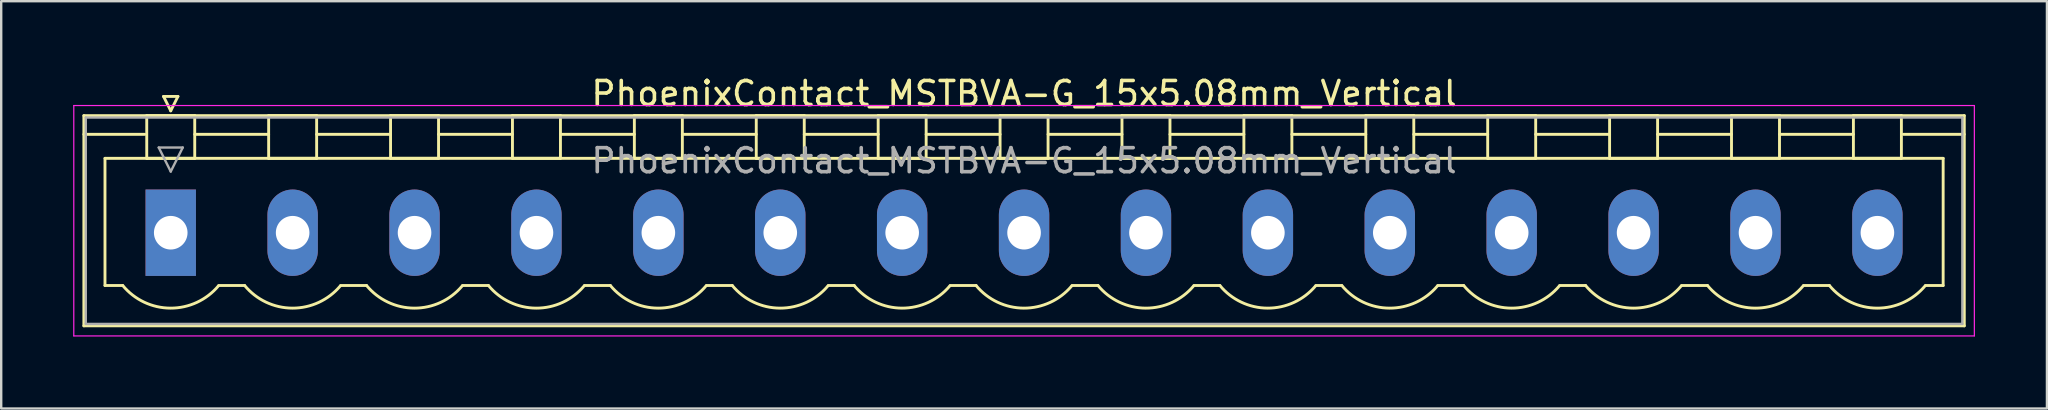
<source format=kicad_pcb>
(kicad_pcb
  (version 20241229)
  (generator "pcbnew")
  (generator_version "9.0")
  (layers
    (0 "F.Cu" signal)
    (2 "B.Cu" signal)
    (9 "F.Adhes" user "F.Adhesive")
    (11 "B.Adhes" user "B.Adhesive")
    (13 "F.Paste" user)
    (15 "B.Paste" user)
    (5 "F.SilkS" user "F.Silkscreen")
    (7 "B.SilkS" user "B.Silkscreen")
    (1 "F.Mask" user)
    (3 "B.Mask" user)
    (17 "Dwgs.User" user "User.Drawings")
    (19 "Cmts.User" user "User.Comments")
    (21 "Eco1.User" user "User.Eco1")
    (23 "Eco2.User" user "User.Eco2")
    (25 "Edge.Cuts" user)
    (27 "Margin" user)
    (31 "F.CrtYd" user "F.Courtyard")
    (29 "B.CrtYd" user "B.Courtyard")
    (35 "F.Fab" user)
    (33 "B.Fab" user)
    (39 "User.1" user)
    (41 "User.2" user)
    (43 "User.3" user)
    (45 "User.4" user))
  (footprint "PhoenixContact_MSTBVA-G_15x5.08mm_Vertical"
    (layer "F.Cu")
    (at 4.065 6.648)
    (property "Reference" "PhoenixContact_MSTBVA-G_15x5.08mm_Vertical" (at 35.56 -5.8 0) (layer "F.SilkS") (effects (font (size 1 1) (thickness 0.15))))
    (attr through_hole)
    (fp_line (start -3.62 -4.88) (end -3.62 3.88) (stroke (width 0.12) (type solid)) (layer "F.SilkS"))
    (fp_line (start -3.62 -4.1) (end -1.08 -4.1) (stroke (width 0.12) (type solid)) (layer "F.SilkS"))
    (fp_line (start -3.62 3.88) (end 74.74 3.88) (stroke (width 0.12) (type solid)) (layer "F.SilkS"))
    (fp_line (start -2.74 -3.1) (end 73.86 -3.1) (stroke (width 0.12) (type solid)) (layer "F.SilkS"))
    (fp_line (start -2.74 2.2) (end -2.74 -3.1) (stroke (width 0.12) (type solid)) (layer "F.SilkS"))
    (fp_line (start -2 2.2) (end -2.74 2.2) (stroke (width 0.12) (type solid)) (layer "F.SilkS"))
    (fp_line (start -1 -4.88) (end 1 -4.88) (stroke (width 0.12) (type solid)) (layer "F.SilkS"))
    (fp_line (start -1 -3.1) (end -1 -4.88) (stroke (width 0.12) (type solid)) (layer "F.SilkS"))
    (fp_line (start -0.3 -5.68) (end 0.3 -5.68) (stroke (width 0.12) (type solid)) (layer "F.SilkS"))
    (fp_line (start 0 -5.08) (end -0.3 -5.68) (stroke (width 0.12) (type solid)) (layer "F.SilkS"))
    (fp_line (start 0.3 -5.68) (end 0 -5.08) (stroke (width 0.12) (type solid)) (layer "F.SilkS"))
    (fp_line (start 1 -4.88) (end 1 -3.1) (stroke (width 0.12) (type solid)) (layer "F.SilkS"))
    (fp_line (start 1 -4.1) (end 4.08 -4.1) (stroke (width 0.12) (type solid)) (layer "F.SilkS"))
    (fp_line (start 1 -3.1) (end -1 -3.1) (stroke (width 0.12) (type solid)) (layer "F.SilkS"))
    (fp_line (start 2 2.2) (end 3.08 2.2) (stroke (width 0.12) (type solid)) (layer "F.SilkS"))
    (fp_line (start 4.08 -4.88) (end 6.08 -4.88) (stroke (width 0.12) (type solid)) (layer "F.SilkS"))
    (fp_line (start 4.08 -3.1) (end 4.08 -4.88) (stroke (width 0.12) (type solid)) (layer "F.SilkS"))
    (fp_line (start 6.08 -4.88) (end 6.08 -3.1) (stroke (width 0.12) (type solid)) (layer "F.SilkS"))
    (fp_line (start 6.08 -4.1) (end 9.16 -4.1) (stroke (width 0.12) (type solid)) (layer "F.SilkS"))
    (fp_line (start 6.08 -3.1) (end 4.08 -3.1) (stroke (width 0.12) (type solid)) (layer "F.SilkS"))
    (fp_line (start 7.08 2.2) (end 8.16 2.2) (stroke (width 0.12) (type solid)) (layer "F.SilkS"))
    (fp_line (start 9.16 -4.88) (end 11.16 -4.88) (stroke (width 0.12) (type solid)) (layer "F.SilkS"))
    (fp_line (start 9.16 -3.1) (end 9.16 -4.88) (stroke (width 0.12) (type solid)) (layer "F.SilkS"))
    (fp_line (start 11.16 -4.88) (end 11.16 -3.1) (stroke (width 0.12) (type solid)) (layer "F.SilkS"))
    (fp_line (start 11.16 -4.1) (end 14.24 -4.1) (stroke (width 0.12) (type solid)) (layer "F.SilkS"))
    (fp_line (start 11.16 -3.1) (end 9.16 -3.1) (stroke (width 0.12) (type solid)) (layer "F.SilkS"))
    (fp_line (start 12.16 2.2) (end 13.24 2.2) (stroke (width 0.12) (type solid)) (layer "F.SilkS"))
    (fp_line (start 14.24 -4.88) (end 16.24 -4.88) (stroke (width 0.12) (type solid)) (layer "F.SilkS"))
    (fp_line (start 14.24 -3.1) (end 14.24 -4.88) (stroke (width 0.12) (type solid)) (layer "F.SilkS"))
    (fp_line (start 16.24 -4.88) (end 16.24 -3.1) (stroke (width 0.12) (type solid)) (layer "F.SilkS"))
    (fp_line (start 16.24 -4.1) (end 19.32 -4.1) (stroke (width 0.12) (type solid)) (layer "F.SilkS"))
    (fp_line (start 16.24 -3.1) (end 14.24 -3.1) (stroke (width 0.12) (type solid)) (layer "F.SilkS"))
    (fp_line (start 17.24 2.2) (end 18.32 2.2) (stroke (width 0.12) (type solid)) (layer "F.SilkS"))
    (fp_line (start 19.32 -4.88) (end 21.32 -4.88) (stroke (width 0.12) (type solid)) (layer "F.SilkS"))
    (fp_line (start 19.32 -3.1) (end 19.32 -4.88) (stroke (width 0.12) (type solid)) (layer "F.SilkS"))
    (fp_line (start 21.32 -4.88) (end 21.32 -3.1) (stroke (width 0.12) (type solid)) (layer "F.SilkS"))
    (fp_line (start 21.32 -4.1) (end 24.4 -4.1) (stroke (width 0.12) (type solid)) (layer "F.SilkS"))
    (fp_line (start 21.32 -3.1) (end 19.32 -3.1) (stroke (width 0.12) (type solid)) (layer "F.SilkS"))
    (fp_line (start 22.32 2.2) (end 23.4 2.2) (stroke (width 0.12) (type solid)) (layer "F.SilkS"))
    (fp_line (start 24.4 -4.88) (end 26.4 -4.88) (stroke (width 0.12) (type solid)) (layer "F.SilkS"))
    (fp_line (start 24.4 -3.1) (end 24.4 -4.88) (stroke (width 0.12) (type solid)) (layer "F.SilkS"))
    (fp_line (start 26.4 -4.88) (end 26.4 -3.1) (stroke (width 0.12) (type solid)) (layer "F.SilkS"))
    (fp_line (start 26.4 -4.1) (end 29.48 -4.1) (stroke (width 0.12) (type solid)) (layer "F.SilkS"))
    (fp_line (start 26.4 -3.1) (end 24.4 -3.1) (stroke (width 0.12) (type solid)) (layer "F.SilkS"))
    (fp_line (start 27.4 2.2) (end 28.48 2.2) (stroke (width 0.12) (type solid)) (layer "F.SilkS"))
    (fp_line (start 29.48 -4.88) (end 31.48 -4.88) (stroke (width 0.12) (type solid)) (layer "F.SilkS"))
    (fp_line (start 29.48 -3.1) (end 29.48 -4.88) (stroke (width 0.12) (type solid)) (layer "F.SilkS"))
    (fp_line (start 31.48 -4.88) (end 31.48 -3.1) (stroke (width 0.12) (type solid)) (layer "F.SilkS"))
    (fp_line (start 31.48 -4.1) (end 34.56 -4.1) (stroke (width 0.12) (type solid)) (layer "F.SilkS"))
    (fp_line (start 31.48 -3.1) (end 29.48 -3.1) (stroke (width 0.12) (type solid)) (layer "F.SilkS"))
    (fp_line (start 32.48 2.2) (end 33.56 2.2) (stroke (width 0.12) (type solid)) (layer "F.SilkS"))
    (fp_line (start 34.56 -4.88) (end 36.56 -4.88) (stroke (width 0.12) (type solid)) (layer "F.SilkS"))
    (fp_line (start 34.56 -3.1) (end 34.56 -4.88) (stroke (width 0.12) (type solid)) (layer "F.SilkS"))
    (fp_line (start 36.56 -4.88) (end 36.56 -3.1) (stroke (width 0.12) (type solid)) (layer "F.SilkS"))
    (fp_line (start 36.56 -4.1) (end 39.64 -4.1) (stroke (width 0.12) (type solid)) (layer "F.SilkS"))
    (fp_line (start 36.56 -3.1) (end 34.56 -3.1) (stroke (width 0.12) (type solid)) (layer "F.SilkS"))
    (fp_line (start 37.56 2.2) (end 38.64 2.2) (stroke (width 0.12) (type solid)) (layer "F.SilkS"))
    (fp_line (start 39.64 -4.88) (end 41.64 -4.88) (stroke (width 0.12) (type solid)) (layer "F.SilkS"))
    (fp_line (start 39.64 -3.1) (end 39.64 -4.88) (stroke (width 0.12) (type solid)) (layer "F.SilkS"))
    (fp_line (start 41.64 -4.88) (end 41.64 -3.1) (stroke (width 0.12) (type solid)) (layer "F.SilkS"))
    (fp_line (start 41.64 -4.1) (end 44.72 -4.1) (stroke (width 0.12) (type solid)) (layer "F.SilkS"))
    (fp_line (start 41.64 -3.1) (end 39.64 -3.1) (stroke (width 0.12) (type solid)) (layer "F.SilkS"))
    (fp_line (start 42.64 2.2) (end 43.72 2.2) (stroke (width 0.12) (type solid)) (layer "F.SilkS"))
    (fp_line (start 44.72 -4.88) (end 46.72 -4.88) (stroke (width 0.12) (type solid)) (layer "F.SilkS"))
    (fp_line (start 44.72 -3.1) (end 44.72 -4.88) (stroke (width 0.12) (type solid)) (layer "F.SilkS"))
    (fp_line (start 46.72 -4.88) (end 46.72 -3.1) (stroke (width 0.12) (type solid)) (layer "F.SilkS"))
    (fp_line (start 46.72 -4.1) (end 49.8 -4.1) (stroke (width 0.12) (type solid)) (layer "F.SilkS"))
    (fp_line (start 46.72 -3.1) (end 44.72 -3.1) (stroke (width 0.12) (type solid)) (layer "F.SilkS"))
    (fp_line (start 47.72 2.2) (end 48.8 2.2) (stroke (width 0.12) (type solid)) (layer "F.SilkS"))
    (fp_line (start 49.8 -4.88) (end 51.8 -4.88) (stroke (width 0.12) (type solid)) (layer "F.SilkS"))
    (fp_line (start 49.8 -3.1) (end 49.8 -4.88) (stroke (width 0.12) (type solid)) (layer "F.SilkS"))
    (fp_line (start 51.8 -4.88) (end 51.8 -3.1) (stroke (width 0.12) (type solid)) (layer "F.SilkS"))
    (fp_line (start 51.8 -4.1) (end 54.88 -4.1) (stroke (width 0.12) (type solid)) (layer "F.SilkS"))
    (fp_line (start 51.8 -3.1) (end 49.8 -3.1) (stroke (width 0.12) (type solid)) (layer "F.SilkS"))
    (fp_line (start 52.8 2.2) (end 53.88 2.2) (stroke (width 0.12) (type solid)) (layer "F.SilkS"))
    (fp_line (start 54.88 -4.88) (end 56.88 -4.88) (stroke (width 0.12) (type solid)) (layer "F.SilkS"))
    (fp_line (start 54.88 -3.1) (end 54.88 -4.88) (stroke (width 0.12) (type solid)) (layer "F.SilkS"))
    (fp_line (start 56.88 -4.88) (end 56.88 -3.1) (stroke (width 0.12) (type solid)) (layer "F.SilkS"))
    (fp_line (start 56.88 -4.1) (end 59.96 -4.1) (stroke (width 0.12) (type solid)) (layer "F.SilkS"))
    (fp_line (start 56.88 -3.1) (end 54.88 -3.1) (stroke (width 0.12) (type solid)) (layer "F.SilkS"))
    (fp_line (start 57.88 2.2) (end 58.96 2.2) (stroke (width 0.12) (type solid)) (layer "F.SilkS"))
    (fp_line (start 59.96 -4.88) (end 61.96 -4.88) (stroke (width 0.12) (type solid)) (layer "F.SilkS"))
    (fp_line (start 59.96 -3.1) (end 59.96 -4.88) (stroke (width 0.12) (type solid)) (layer "F.SilkS"))
    (fp_line (start 61.96 -4.88) (end 61.96 -3.1) (stroke (width 0.12) (type solid)) (layer "F.SilkS"))
    (fp_line (start 61.96 -4.1) (end 65.04 -4.1) (stroke (width 0.12) (type solid)) (layer "F.SilkS"))
    (fp_line (start 61.96 -3.1) (end 59.96 -3.1) (stroke (width 0.12) (type solid)) (layer "F.SilkS"))
    (fp_line (start 62.96 2.2) (end 64.04 2.2) (stroke (width 0.12) (type solid)) (layer "F.SilkS"))
    (fp_line (start 65.04 -4.88) (end 67.04 -4.88) (stroke (width 0.12) (type solid)) (layer "F.SilkS"))
    (fp_line (start 65.04 -3.1) (end 65.04 -4.88) (stroke (width 0.12) (type solid)) (layer "F.SilkS"))
    (fp_line (start 67.04 -4.88) (end 67.04 -3.1) (stroke (width 0.12) (type solid)) (layer "F.SilkS"))
    (fp_line (start 67.04 -4.1) (end 70.12 -4.1) (stroke (width 0.12) (type solid)) (layer "F.SilkS"))
    (fp_line (start 67.04 -3.1) (end 65.04 -3.1) (stroke (width 0.12) (type solid)) (layer "F.SilkS"))
    (fp_line (start 68.04 2.2) (end 69.12 2.2) (stroke (width 0.12) (type solid)) (layer "F.SilkS"))
    (fp_line (start 70.12 -4.88) (end 72.12 -4.88) (stroke (width 0.12) (type solid)) (layer "F.SilkS"))
    (fp_line (start 70.12 -3.1) (end 70.12 -4.88) (stroke (width 0.12) (type solid)) (layer "F.SilkS"))
    (fp_line (start 72.12 -4.88) (end 72.12 -3.1) (stroke (width 0.12) (type solid)) (layer "F.SilkS"))
    (fp_line (start 72.12 -3.1) (end 70.12 -3.1) (stroke (width 0.12) (type solid)) (layer "F.SilkS"))
    (fp_line (start 73.86 -3.1) (end 73.86 2.2) (stroke (width 0.12) (type solid)) (layer "F.SilkS"))
    (fp_line (start 73.86 2.2) (end 73.12 2.2) (stroke (width 0.12) (type solid)) (layer "F.SilkS"))
    (fp_line (start 74.74 -4.88) (end -3.62 -4.88) (stroke (width 0.12) (type solid)) (layer "F.SilkS"))
    (fp_line (start 74.74 -4.1) (end 72.2 -4.1) (stroke (width 0.12) (type solid)) (layer "F.SilkS"))
    (fp_line (start 74.74 3.88) (end 74.74 -4.88) (stroke (width 0.12) (type solid)) (layer "F.SilkS"))
    (fp_arc (start 1.986842 2.215821) (mid -0.010289 3.142758) (end -2 2.2) (stroke (width 0.12) (type solid)) (layer "F.SilkS"))
    (fp_arc (start 7.066842 2.215821) (mid 5.069711 3.142758) (end 3.08 2.2) (stroke (width 0.12) (type solid)) (layer "F.SilkS"))
    (fp_arc (start 12.146842 2.215821) (mid 10.149711 3.142758) (end 8.16 2.2) (stroke (width 0.12) (type solid)) (layer "F.SilkS"))
    (fp_arc (start 17.226842 2.215821) (mid 15.229711 3.142758) (end 13.24 2.2) (stroke (width 0.12) (type solid)) (layer "F.SilkS"))
    (fp_arc (start 22.306842 2.215821) (mid 20.309711 3.142758) (end 18.32 2.2) (stroke (width 0.12) (type solid)) (layer "F.SilkS"))
    (fp_arc (start 27.386842 2.215821) (mid 25.389711 3.142758) (end 23.4 2.2) (stroke (width 0.12) (type solid)) (layer "F.SilkS"))
    (fp_arc (start 32.466842 2.215821) (mid 30.469711 3.142758) (end 28.48 2.2) (stroke (width 0.12) (type solid)) (layer "F.SilkS"))
    (fp_arc (start 37.546842 2.215821) (mid 35.549711 3.142758) (end 33.56 2.2) (stroke (width 0.12) (type solid)) (layer "F.SilkS"))
    (fp_arc (start 42.626842 2.215821) (mid 40.629711 3.142758) (end 38.64 2.2) (stroke (width 0.12) (type solid)) (layer "F.SilkS"))
    (fp_arc (start 47.706842 2.215821) (mid 45.709711 3.142758) (end 43.72 2.2) (stroke (width 0.12) (type solid)) (layer "F.SilkS"))
    (fp_arc (start 52.786842 2.215821) (mid 50.789711 3.142758) (end 48.8 2.2) (stroke (width 0.12) (type solid)) (layer "F.SilkS"))
    (fp_arc (start 57.866842 2.215821) (mid 55.869711 3.142758) (end 53.88 2.2) (stroke (width 0.12) (type solid)) (layer "F.SilkS"))
    (fp_arc (start 62.946842 2.215821) (mid 60.949711 3.142758) (end 58.96 2.2) (stroke (width 0.12) (type solid)) (layer "F.SilkS"))
    (fp_arc (start 68.026842 2.215821) (mid 66.029711 3.142758) (end 64.04 2.2) (stroke (width 0.12) (type solid)) (layer "F.SilkS"))
    (fp_arc (start 73.106842 2.215821) (mid 71.109711 3.142758) (end 69.12 2.2) (stroke (width 0.12) (type solid)) (layer "F.SilkS"))
    (fp_line (start -4.04 -5.3) (end -4.04 4.3) (stroke (width 0.05) (type solid)) (layer "F.CrtYd"))
    (fp_line (start -4.04 4.3) (end 75.16 4.3) (stroke (width 0.05) (type solid)) (layer "F.CrtYd"))
    (fp_line (start 75.16 -5.3) (end -4.04 -5.3) (stroke (width 0.05) (type solid)) (layer "F.CrtYd"))
    (fp_line (start 75.16 4.3) (end 75.16 -5.3) (stroke (width 0.05) (type solid)) (layer "F.CrtYd"))
    (fp_line (start -3.54 -4.8) (end -3.54 3.8) (stroke (width 0.1) (type solid)) (layer "F.Fab"))
    (fp_line (start -3.54 3.8) (end 74.66 3.8) (stroke (width 0.1) (type solid)) (layer "F.Fab"))
    (fp_line (start -0.5 -3.55) (end 0.5 -3.55) (stroke (width 0.1) (type solid)) (layer "F.Fab"))
    (fp_line (start 0 -2.55) (end -0.5 -3.55) (stroke (width 0.1) (type solid)) (layer "F.Fab"))
    (fp_line (start 0.5 -3.55) (end 0 -2.55) (stroke (width 0.1) (type solid)) (layer "F.Fab"))
    (fp_line (start 74.66 -4.8) (end -3.54 -4.8) (stroke (width 0.1) (type solid)) (layer "F.Fab"))
    (fp_line (start 74.66 3.8) (end 74.66 -4.8) (stroke (width 0.1) (type solid)) (layer "F.Fab"))
    (fp_text user "${REFERENCE}" (at 35.56 -3 0) (layer "F.Fab") (effects (font (size 1 1) (thickness 0.15))))
    (pad "1" thru_hole rect (at 0 0) (size 2.1 3.6) (drill 1.4) (layers "*.Cu" "*.Mask"))
    (pad "2" thru_hole oval (at 5.08 0) (size 2.1 3.6) (drill 1.4) (layers "*.Cu" "*.Mask"))
    (pad "3" thru_hole oval (at 10.16 0) (size 2.1 3.6) (drill 1.4) (layers "*.Cu" "*.Mask"))
    (pad "4" thru_hole oval (at 15.24 0) (size 2.1 3.6) (drill 1.4) (layers "*.Cu" "*.Mask"))
    (pad "5" thru_hole oval (at 20.32 0) (size 2.1 3.6) (drill 1.4) (layers "*.Cu" "*.Mask"))
    (pad "6" thru_hole oval (at 25.4 0) (size 2.1 3.6) (drill 1.4) (layers "*.Cu" "*.Mask"))
    (pad "7" thru_hole oval (at 30.48 0) (size 2.1 3.6) (drill 1.4) (layers "*.Cu" "*.Mask"))
    (pad "8" thru_hole oval (at 35.56 0) (size 2.1 3.6) (drill 1.4) (layers "*.Cu" "*.Mask"))
    (pad "9" thru_hole oval (at 40.64 0) (size 2.1 3.6) (drill 1.4) (layers "*.Cu" "*.Mask"))
    (pad "10" thru_hole oval (at 45.72 0) (size 2.1 3.6) (drill 1.4) (layers "*.Cu" "*.Mask"))
    (pad "11" thru_hole oval (at 50.8 0) (size 2.1 3.6) (drill 1.4) (layers "*.Cu" "*.Mask"))
    (pad "12" thru_hole oval (at 55.88 0) (size 2.1 3.6) (drill 1.4) (layers "*.Cu" "*.Mask"))
    (pad "13" thru_hole oval (at 60.96 0) (size 2.1 3.6) (drill 1.4) (layers "*.Cu" "*.Mask"))
    (pad "14" thru_hole oval (at 66.04 0) (size 2.1 3.6) (drill 1.4) (layers "*.Cu" "*.Mask"))
    (pad "15" thru_hole oval (at 71.12 0) (size 2.1 3.6) (drill 1.4) (layers "*.Cu" "*.Mask")))
  (gr_rect
    (start -3 -3)
    (end 82.25 13.973)
    (stroke (width 0.1) (type default))
    (fill no)
    (layer "Edge.Cuts")))
</source>
